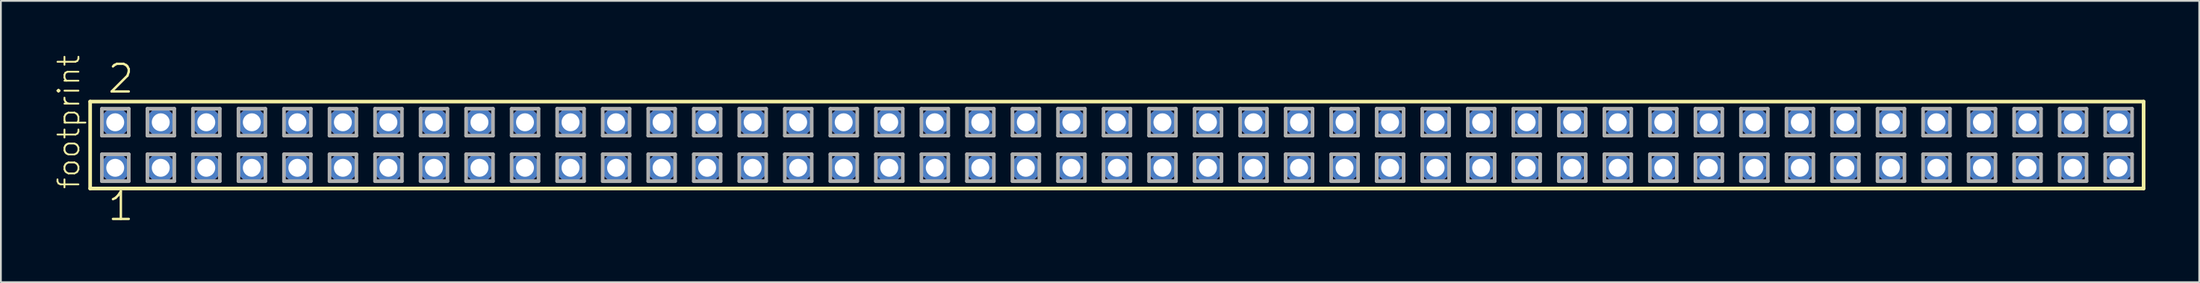
<source format=kicad_pcb>
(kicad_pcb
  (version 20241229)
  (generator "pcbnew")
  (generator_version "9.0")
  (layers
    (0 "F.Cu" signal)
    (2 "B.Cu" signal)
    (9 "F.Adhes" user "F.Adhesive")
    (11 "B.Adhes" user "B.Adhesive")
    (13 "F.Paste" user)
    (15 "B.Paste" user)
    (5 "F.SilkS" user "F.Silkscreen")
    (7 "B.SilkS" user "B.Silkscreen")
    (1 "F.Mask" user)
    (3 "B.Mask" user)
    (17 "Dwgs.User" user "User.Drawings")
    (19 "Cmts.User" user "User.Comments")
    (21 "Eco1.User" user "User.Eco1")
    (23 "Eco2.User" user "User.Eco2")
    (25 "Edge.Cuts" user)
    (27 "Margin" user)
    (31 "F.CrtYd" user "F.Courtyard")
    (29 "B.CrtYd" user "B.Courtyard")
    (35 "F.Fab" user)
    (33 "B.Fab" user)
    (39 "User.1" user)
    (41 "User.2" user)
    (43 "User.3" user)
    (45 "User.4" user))
  (footprint "footprint"
    (layer "F.Cu")
    (at 59.258 5.042)
    (property "Reference" "footprint" (at -57.785 2.54 90) (layer "F.SilkS") (effects (font (size 1.168 1.168) (thickness 0.102)) (justify left bottom)))
    (fp_line (start -57.279 -2.425) (end 57.279 -2.425) (stroke (width 0.203) (type solid)) (layer "F.SilkS"))
    (fp_line (start -57.279 2.425) (end -57.279 -2.425) (stroke (width 0.203) (type solid)) (layer "F.SilkS"))
    (fp_line (start 57.279 -2.425) (end 57.279 2.425) (stroke (width 0.203) (type solid)) (layer "F.SilkS"))
    (fp_line (start 57.279 2.425) (end -57.279 2.425) (stroke (width 0.203) (type solid)) (layer "F.SilkS"))
    (fp_line (start -56.625 -2.025) (end -55.125 -2.025) (stroke (width 0.203) (type solid)) (layer "F.Fab"))
    (fp_line (start -56.625 -0.525) (end -56.625 -2.025) (stroke (width 0.203) (type solid)) (layer "F.Fab"))
    (fp_line (start -56.625 0.515) (end -55.125 0.515) (stroke (width 0.203) (type solid)) (layer "F.Fab"))
    (fp_line (start -56.625 2.015) (end -56.625 0.515) (stroke (width 0.203) (type solid)) (layer "F.Fab"))
    (fp_line (start -55.125 -2.025) (end -55.125 -0.525) (stroke (width 0.203) (type solid)) (layer "F.Fab"))
    (fp_line (start -55.125 -0.525) (end -56.625 -0.525) (stroke (width 0.203) (type solid)) (layer "F.Fab"))
    (fp_line (start -55.125 0.515) (end -55.125 2.015) (stroke (width 0.203) (type solid)) (layer "F.Fab"))
    (fp_line (start -55.125 2.015) (end -56.625 2.015) (stroke (width 0.203) (type solid)) (layer "F.Fab"))
    (fp_line (start -54.085 -2.025) (end -52.585 -2.025) (stroke (width 0.203) (type solid)) (layer "F.Fab"))
    (fp_line (start -54.085 -0.525) (end -54.085 -2.025) (stroke (width 0.203) (type solid)) (layer "F.Fab"))
    (fp_line (start -54.085 0.515) (end -52.585 0.515) (stroke (width 0.203) (type solid)) (layer "F.Fab"))
    (fp_line (start -54.085 2.015) (end -54.085 0.515) (stroke (width 0.203) (type solid)) (layer "F.Fab"))
    (fp_line (start -52.585 -2.025) (end -52.585 -0.525) (stroke (width 0.203) (type solid)) (layer "F.Fab"))
    (fp_line (start -52.585 -0.525) (end -54.085 -0.525) (stroke (width 0.203) (type solid)) (layer "F.Fab"))
    (fp_line (start -52.585 0.515) (end -52.585 2.015) (stroke (width 0.203) (type solid)) (layer "F.Fab"))
    (fp_line (start -52.585 2.015) (end -54.085 2.015) (stroke (width 0.203) (type solid)) (layer "F.Fab"))
    (fp_line (start -51.545 -2.025) (end -50.045 -2.025) (stroke (width 0.203) (type solid)) (layer "F.Fab"))
    (fp_line (start -51.545 -0.525) (end -51.545 -2.025) (stroke (width 0.203) (type solid)) (layer "F.Fab"))
    (fp_line (start -51.545 0.515) (end -50.045 0.515) (stroke (width 0.203) (type solid)) (layer "F.Fab"))
    (fp_line (start -51.545 2.015) (end -51.545 0.515) (stroke (width 0.203) (type solid)) (layer "F.Fab"))
    (fp_line (start -50.045 -2.025) (end -50.045 -0.525) (stroke (width 0.203) (type solid)) (layer "F.Fab"))
    (fp_line (start -50.045 -0.525) (end -51.545 -0.525) (stroke (width 0.203) (type solid)) (layer "F.Fab"))
    (fp_line (start -50.045 0.515) (end -50.045 2.015) (stroke (width 0.203) (type solid)) (layer "F.Fab"))
    (fp_line (start -50.045 2.015) (end -51.545 2.015) (stroke (width 0.203) (type solid)) (layer "F.Fab"))
    (fp_line (start -49.005 -2.025) (end -47.505 -2.025) (stroke (width 0.203) (type solid)) (layer "F.Fab"))
    (fp_line (start -49.005 -0.525) (end -49.005 -2.025) (stroke (width 0.203) (type solid)) (layer "F.Fab"))
    (fp_line (start -49.005 0.515) (end -47.505 0.515) (stroke (width 0.203) (type solid)) (layer "F.Fab"))
    (fp_line (start -49.005 2.015) (end -49.005 0.515) (stroke (width 0.203) (type solid)) (layer "F.Fab"))
    (fp_line (start -47.505 -2.025) (end -47.505 -0.525) (stroke (width 0.203) (type solid)) (layer "F.Fab"))
    (fp_line (start -47.505 -0.525) (end -49.005 -0.525) (stroke (width 0.203) (type solid)) (layer "F.Fab"))
    (fp_line (start -47.505 0.515) (end -47.505 2.015) (stroke (width 0.203) (type solid)) (layer "F.Fab"))
    (fp_line (start -47.505 2.015) (end -49.005 2.015) (stroke (width 0.203) (type solid)) (layer "F.Fab"))
    (fp_line (start -46.465 -2.025) (end -44.965 -2.025) (stroke (width 0.203) (type solid)) (layer "F.Fab"))
    (fp_line (start -46.465 -0.525) (end -46.465 -2.025) (stroke (width 0.203) (type solid)) (layer "F.Fab"))
    (fp_line (start -46.465 0.515) (end -44.965 0.515) (stroke (width 0.203) (type solid)) (layer "F.Fab"))
    (fp_line (start -46.465 2.015) (end -46.465 0.515) (stroke (width 0.203) (type solid)) (layer "F.Fab"))
    (fp_line (start -44.965 -2.025) (end -44.965 -0.525) (stroke (width 0.203) (type solid)) (layer "F.Fab"))
    (fp_line (start -44.965 -0.525) (end -46.465 -0.525) (stroke (width 0.203) (type solid)) (layer "F.Fab"))
    (fp_line (start -44.965 0.515) (end -44.965 2.015) (stroke (width 0.203) (type solid)) (layer "F.Fab"))
    (fp_line (start -44.965 2.015) (end -46.465 2.015) (stroke (width 0.203) (type solid)) (layer "F.Fab"))
    (fp_line (start -43.925 -2.025) (end -42.425 -2.025) (stroke (width 0.203) (type solid)) (layer "F.Fab"))
    (fp_line (start -43.925 -0.525) (end -43.925 -2.025) (stroke (width 0.203) (type solid)) (layer "F.Fab"))
    (fp_line (start -43.925 0.515) (end -42.425 0.515) (stroke (width 0.203) (type solid)) (layer "F.Fab"))
    (fp_line (start -43.925 2.015) (end -43.925 0.515) (stroke (width 0.203) (type solid)) (layer "F.Fab"))
    (fp_line (start -42.425 -2.025) (end -42.425 -0.525) (stroke (width 0.203) (type solid)) (layer "F.Fab"))
    (fp_line (start -42.425 -0.525) (end -43.925 -0.525) (stroke (width 0.203) (type solid)) (layer "F.Fab"))
    (fp_line (start -42.425 0.515) (end -42.425 2.015) (stroke (width 0.203) (type solid)) (layer "F.Fab"))
    (fp_line (start -42.425 2.015) (end -43.925 2.015) (stroke (width 0.203) (type solid)) (layer "F.Fab"))
    (fp_line (start -41.385 -2.025) (end -39.885 -2.025) (stroke (width 0.203) (type solid)) (layer "F.Fab"))
    (fp_line (start -41.385 -0.525) (end -41.385 -2.025) (stroke (width 0.203) (type solid)) (layer "F.Fab"))
    (fp_line (start -41.385 0.515) (end -39.885 0.515) (stroke (width 0.203) (type solid)) (layer "F.Fab"))
    (fp_line (start -41.385 2.015) (end -41.385 0.515) (stroke (width 0.203) (type solid)) (layer "F.Fab"))
    (fp_line (start -39.885 -2.025) (end -39.885 -0.525) (stroke (width 0.203) (type solid)) (layer "F.Fab"))
    (fp_line (start -39.885 -0.525) (end -41.385 -0.525) (stroke (width 0.203) (type solid)) (layer "F.Fab"))
    (fp_line (start -39.885 0.515) (end -39.885 2.015) (stroke (width 0.203) (type solid)) (layer "F.Fab"))
    (fp_line (start -39.885 2.015) (end -41.385 2.015) (stroke (width 0.203) (type solid)) (layer "F.Fab"))
    (fp_line (start -38.845 -2.025) (end -37.345 -2.025) (stroke (width 0.203) (type solid)) (layer "F.Fab"))
    (fp_line (start -38.845 -0.525) (end -38.845 -2.025) (stroke (width 0.203) (type solid)) (layer "F.Fab"))
    (fp_line (start -38.845 0.515) (end -37.345 0.515) (stroke (width 0.203) (type solid)) (layer "F.Fab"))
    (fp_line (start -38.845 2.015) (end -38.845 0.515) (stroke (width 0.203) (type solid)) (layer "F.Fab"))
    (fp_line (start -37.345 -2.025) (end -37.345 -0.525) (stroke (width 0.203) (type solid)) (layer "F.Fab"))
    (fp_line (start -37.345 -0.525) (end -38.845 -0.525) (stroke (width 0.203) (type solid)) (layer "F.Fab"))
    (fp_line (start -37.345 0.515) (end -37.345 2.015) (stroke (width 0.203) (type solid)) (layer "F.Fab"))
    (fp_line (start -37.345 2.015) (end -38.845 2.015) (stroke (width 0.203) (type solid)) (layer "F.Fab"))
    (fp_line (start -36.305 -2.025) (end -34.805 -2.025) (stroke (width 0.203) (type solid)) (layer "F.Fab"))
    (fp_line (start -36.305 -0.525) (end -36.305 -2.025) (stroke (width 0.203) (type solid)) (layer "F.Fab"))
    (fp_line (start -36.305 0.515) (end -34.805 0.515) (stroke (width 0.203) (type solid)) (layer "F.Fab"))
    (fp_line (start -36.305 2.015) (end -36.305 0.515) (stroke (width 0.203) (type solid)) (layer "F.Fab"))
    (fp_line (start -34.805 -2.025) (end -34.805 -0.525) (stroke (width 0.203) (type solid)) (layer "F.Fab"))
    (fp_line (start -34.805 -0.525) (end -36.305 -0.525) (stroke (width 0.203) (type solid)) (layer "F.Fab"))
    (fp_line (start -34.805 0.515) (end -34.805 2.015) (stroke (width 0.203) (type solid)) (layer "F.Fab"))
    (fp_line (start -34.805 2.015) (end -36.305 2.015) (stroke (width 0.203) (type solid)) (layer "F.Fab"))
    (fp_line (start -33.765 -2.025) (end -32.265 -2.025) (stroke (width 0.203) (type solid)) (layer "F.Fab"))
    (fp_line (start -33.765 -0.525) (end -33.765 -2.025) (stroke (width 0.203) (type solid)) (layer "F.Fab"))
    (fp_line (start -33.765 0.515) (end -32.265 0.515) (stroke (width 0.203) (type solid)) (layer "F.Fab"))
    (fp_line (start -33.765 2.015) (end -33.765 0.515) (stroke (width 0.203) (type solid)) (layer "F.Fab"))
    (fp_line (start -32.265 -2.025) (end -32.265 -0.525) (stroke (width 0.203) (type solid)) (layer "F.Fab"))
    (fp_line (start -32.265 -0.525) (end -33.765 -0.525) (stroke (width 0.203) (type solid)) (layer "F.Fab"))
    (fp_line (start -32.265 0.515) (end -32.265 2.015) (stroke (width 0.203) (type solid)) (layer "F.Fab"))
    (fp_line (start -32.265 2.015) (end -33.765 2.015) (stroke (width 0.203) (type solid)) (layer "F.Fab"))
    (fp_line (start -31.225 -2.025) (end -29.725 -2.025) (stroke (width 0.203) (type solid)) (layer "F.Fab"))
    (fp_line (start -31.225 -0.525) (end -31.225 -2.025) (stroke (width 0.203) (type solid)) (layer "F.Fab"))
    (fp_line (start -31.225 0.515) (end -29.725 0.515) (stroke (width 0.203) (type solid)) (layer "F.Fab"))
    (fp_line (start -31.225 2.015) (end -31.225 0.515) (stroke (width 0.203) (type solid)) (layer "F.Fab"))
    (fp_line (start -29.725 -2.025) (end -29.725 -0.525) (stroke (width 0.203) (type solid)) (layer "F.Fab"))
    (fp_line (start -29.725 -0.525) (end -31.225 -0.525) (stroke (width 0.203) (type solid)) (layer "F.Fab"))
    (fp_line (start -29.725 0.515) (end -29.725 2.015) (stroke (width 0.203) (type solid)) (layer "F.Fab"))
    (fp_line (start -29.725 2.015) (end -31.225 2.015) (stroke (width 0.203) (type solid)) (layer "F.Fab"))
    (fp_line (start -28.685 -2.025) (end -27.185 -2.025) (stroke (width 0.203) (type solid)) (layer "F.Fab"))
    (fp_line (start -28.685 -0.525) (end -28.685 -2.025) (stroke (width 0.203) (type solid)) (layer "F.Fab"))
    (fp_line (start -28.685 0.515) (end -27.185 0.515) (stroke (width 0.203) (type solid)) (layer "F.Fab"))
    (fp_line (start -28.685 2.015) (end -28.685 0.515) (stroke (width 0.203) (type solid)) (layer "F.Fab"))
    (fp_line (start -27.185 -2.025) (end -27.185 -0.525) (stroke (width 0.203) (type solid)) (layer "F.Fab"))
    (fp_line (start -27.185 -0.525) (end -28.685 -0.525) (stroke (width 0.203) (type solid)) (layer "F.Fab"))
    (fp_line (start -27.185 0.515) (end -27.185 2.015) (stroke (width 0.203) (type solid)) (layer "F.Fab"))
    (fp_line (start -27.185 2.015) (end -28.685 2.015) (stroke (width 0.203) (type solid)) (layer "F.Fab"))
    (fp_line (start -26.145 -2.025) (end -24.645 -2.025) (stroke (width 0.203) (type solid)) (layer "F.Fab"))
    (fp_line (start -26.145 -0.525) (end -26.145 -2.025) (stroke (width 0.203) (type solid)) (layer "F.Fab"))
    (fp_line (start -26.145 0.515) (end -24.645 0.515) (stroke (width 0.203) (type solid)) (layer "F.Fab"))
    (fp_line (start -26.145 2.015) (end -26.145 0.515) (stroke (width 0.203) (type solid)) (layer "F.Fab"))
    (fp_line (start -24.645 -2.025) (end -24.645 -0.525) (stroke (width 0.203) (type solid)) (layer "F.Fab"))
    (fp_line (start -24.645 -0.525) (end -26.145 -0.525) (stroke (width 0.203) (type solid)) (layer "F.Fab"))
    (fp_line (start -24.645 0.515) (end -24.645 2.015) (stroke (width 0.203) (type solid)) (layer "F.Fab"))
    (fp_line (start -24.645 2.015) (end -26.145 2.015) (stroke (width 0.203) (type solid)) (layer "F.Fab"))
    (fp_line (start -23.605 -2.025) (end -22.105 -2.025) (stroke (width 0.203) (type solid)) (layer "F.Fab"))
    (fp_line (start -23.605 -0.525) (end -23.605 -2.025) (stroke (width 0.203) (type solid)) (layer "F.Fab"))
    (fp_line (start -23.605 0.515) (end -22.105 0.515) (stroke (width 0.203) (type solid)) (layer "F.Fab"))
    (fp_line (start -23.605 2.015) (end -23.605 0.515) (stroke (width 0.203) (type solid)) (layer "F.Fab"))
    (fp_line (start -22.105 -2.025) (end -22.105 -0.525) (stroke (width 0.203) (type solid)) (layer "F.Fab"))
    (fp_line (start -22.105 -0.525) (end -23.605 -0.525) (stroke (width 0.203) (type solid)) (layer "F.Fab"))
    (fp_line (start -22.105 0.515) (end -22.105 2.015) (stroke (width 0.203) (type solid)) (layer "F.Fab"))
    (fp_line (start -22.105 2.015) (end -23.605 2.015) (stroke (width 0.203) (type solid)) (layer "F.Fab"))
    (fp_line (start -21.065 -2.025) (end -19.565 -2.025) (stroke (width 0.203) (type solid)) (layer "F.Fab"))
    (fp_line (start -21.065 -0.525) (end -21.065 -2.025) (stroke (width 0.203) (type solid)) (layer "F.Fab"))
    (fp_line (start -21.065 0.515) (end -19.565 0.515) (stroke (width 0.203) (type solid)) (layer "F.Fab"))
    (fp_line (start -21.065 2.015) (end -21.065 0.515) (stroke (width 0.203) (type solid)) (layer "F.Fab"))
    (fp_line (start -19.565 -2.025) (end -19.565 -0.525) (stroke (width 0.203) (type solid)) (layer "F.Fab"))
    (fp_line (start -19.565 -0.525) (end -21.065 -0.525) (stroke (width 0.203) (type solid)) (layer "F.Fab"))
    (fp_line (start -19.565 0.515) (end -19.565 2.015) (stroke (width 0.203) (type solid)) (layer "F.Fab"))
    (fp_line (start -19.565 2.015) (end -21.065 2.015) (stroke (width 0.203) (type solid)) (layer "F.Fab"))
    (fp_line (start -18.525 -2.025) (end -17.025 -2.025) (stroke (width 0.203) (type solid)) (layer "F.Fab"))
    (fp_line (start -18.525 -0.525) (end -18.525 -2.025) (stroke (width 0.203) (type solid)) (layer "F.Fab"))
    (fp_line (start -18.525 0.515) (end -17.025 0.515) (stroke (width 0.203) (type solid)) (layer "F.Fab"))
    (fp_line (start -18.525 2.015) (end -18.525 0.515) (stroke (width 0.203) (type solid)) (layer "F.Fab"))
    (fp_line (start -17.025 -2.025) (end -17.025 -0.525) (stroke (width 0.203) (type solid)) (layer "F.Fab"))
    (fp_line (start -17.025 -0.525) (end -18.525 -0.525) (stroke (width 0.203) (type solid)) (layer "F.Fab"))
    (fp_line (start -17.025 0.515) (end -17.025 2.015) (stroke (width 0.203) (type solid)) (layer "F.Fab"))
    (fp_line (start -17.025 2.015) (end -18.525 2.015) (stroke (width 0.203) (type solid)) (layer "F.Fab"))
    (fp_line (start -15.985 -2.025) (end -14.485 -2.025) (stroke (width 0.203) (type solid)) (layer "F.Fab"))
    (fp_line (start -15.985 -0.525) (end -15.985 -2.025) (stroke (width 0.203) (type solid)) (layer "F.Fab"))
    (fp_line (start -15.985 0.515) (end -14.485 0.515) (stroke (width 0.203) (type solid)) (layer "F.Fab"))
    (fp_line (start -15.985 2.015) (end -15.985 0.515) (stroke (width 0.203) (type solid)) (layer "F.Fab"))
    (fp_line (start -14.485 -2.025) (end -14.485 -0.525) (stroke (width 0.203) (type solid)) (layer "F.Fab"))
    (fp_line (start -14.485 -0.525) (end -15.985 -0.525) (stroke (width 0.203) (type solid)) (layer "F.Fab"))
    (fp_line (start -14.485 0.515) (end -14.485 2.015) (stroke (width 0.203) (type solid)) (layer "F.Fab"))
    (fp_line (start -14.485 2.015) (end -15.985 2.015) (stroke (width 0.203) (type solid)) (layer "F.Fab"))
    (fp_line (start -13.445 -2.025) (end -11.945 -2.025) (stroke (width 0.203) (type solid)) (layer "F.Fab"))
    (fp_line (start -13.445 -0.525) (end -13.445 -2.025) (stroke (width 0.203) (type solid)) (layer "F.Fab"))
    (fp_line (start -13.445 0.515) (end -11.945 0.515) (stroke (width 0.203) (type solid)) (layer "F.Fab"))
    (fp_line (start -13.445 2.015) (end -13.445 0.515) (stroke (width 0.203) (type solid)) (layer "F.Fab"))
    (fp_line (start -11.945 -2.025) (end -11.945 -0.525) (stroke (width 0.203) (type solid)) (layer "F.Fab"))
    (fp_line (start -11.945 -0.525) (end -13.445 -0.525) (stroke (width 0.203) (type solid)) (layer "F.Fab"))
    (fp_line (start -11.945 0.515) (end -11.945 2.015) (stroke (width 0.203) (type solid)) (layer "F.Fab"))
    (fp_line (start -11.945 2.015) (end -13.445 2.015) (stroke (width 0.203) (type solid)) (layer "F.Fab"))
    (fp_line (start -10.905 -2.025) (end -9.405 -2.025) (stroke (width 0.203) (type solid)) (layer "F.Fab"))
    (fp_line (start -10.905 -0.525) (end -10.905 -2.025) (stroke (width 0.203) (type solid)) (layer "F.Fab"))
    (fp_line (start -10.905 0.515) (end -9.405 0.515) (stroke (width 0.203) (type solid)) (layer "F.Fab"))
    (fp_line (start -10.905 2.015) (end -10.905 0.515) (stroke (width 0.203) (type solid)) (layer "F.Fab"))
    (fp_line (start -9.405 -2.025) (end -9.405 -0.525) (stroke (width 0.203) (type solid)) (layer "F.Fab"))
    (fp_line (start -9.405 -0.525) (end -10.905 -0.525) (stroke (width 0.203) (type solid)) (layer "F.Fab"))
    (fp_line (start -9.405 0.515) (end -9.405 2.015) (stroke (width 0.203) (type solid)) (layer "F.Fab"))
    (fp_line (start -9.405 2.015) (end -10.905 2.015) (stroke (width 0.203) (type solid)) (layer "F.Fab"))
    (fp_line (start -8.365 -2.025) (end -6.865 -2.025) (stroke (width 0.203) (type solid)) (layer "F.Fab"))
    (fp_line (start -8.365 -0.525) (end -8.365 -2.025) (stroke (width 0.203) (type solid)) (layer "F.Fab"))
    (fp_line (start -8.365 0.515) (end -6.865 0.515) (stroke (width 0.203) (type solid)) (layer "F.Fab"))
    (fp_line (start -8.365 2.015) (end -8.365 0.515) (stroke (width 0.203) (type solid)) (layer "F.Fab"))
    (fp_line (start -6.865 -2.025) (end -6.865 -0.525) (stroke (width 0.203) (type solid)) (layer "F.Fab"))
    (fp_line (start -6.865 -0.525) (end -8.365 -0.525) (stroke (width 0.203) (type solid)) (layer "F.Fab"))
    (fp_line (start -6.865 0.515) (end -6.865 2.015) (stroke (width 0.203) (type solid)) (layer "F.Fab"))
    (fp_line (start -6.865 2.015) (end -8.365 2.015) (stroke (width 0.203) (type solid)) (layer "F.Fab"))
    (fp_line (start -5.825 -2.025) (end -4.325 -2.025) (stroke (width 0.203) (type solid)) (layer "F.Fab"))
    (fp_line (start -5.825 -0.525) (end -5.825 -2.025) (stroke (width 0.203) (type solid)) (layer "F.Fab"))
    (fp_line (start -5.825 0.515) (end -4.325 0.515) (stroke (width 0.203) (type solid)) (layer "F.Fab"))
    (fp_line (start -5.825 2.015) (end -5.825 0.515) (stroke (width 0.203) (type solid)) (layer "F.Fab"))
    (fp_line (start -4.325 -2.025) (end -4.325 -0.525) (stroke (width 0.203) (type solid)) (layer "F.Fab"))
    (fp_line (start -4.325 -0.525) (end -5.825 -0.525) (stroke (width 0.203) (type solid)) (layer "F.Fab"))
    (fp_line (start -4.325 0.515) (end -4.325 2.015) (stroke (width 0.203) (type solid)) (layer "F.Fab"))
    (fp_line (start -4.325 2.015) (end -5.825 2.015) (stroke (width 0.203) (type solid)) (layer "F.Fab"))
    (fp_line (start -3.285 -2.025) (end -1.785 -2.025) (stroke (width 0.203) (type solid)) (layer "F.Fab"))
    (fp_line (start -3.285 -0.525) (end -3.285 -2.025) (stroke (width 0.203) (type solid)) (layer "F.Fab"))
    (fp_line (start -3.285 0.515) (end -1.785 0.515) (stroke (width 0.203) (type solid)) (layer "F.Fab"))
    (fp_line (start -3.285 2.015) (end -3.285 0.515) (stroke (width 0.203) (type solid)) (layer "F.Fab"))
    (fp_line (start -1.785 -2.025) (end -1.785 -0.525) (stroke (width 0.203) (type solid)) (layer "F.Fab"))
    (fp_line (start -1.785 -0.525) (end -3.285 -0.525) (stroke (width 0.203) (type solid)) (layer "F.Fab"))
    (fp_line (start -1.785 0.515) (end -1.785 2.015) (stroke (width 0.203) (type solid)) (layer "F.Fab"))
    (fp_line (start -1.785 2.015) (end -3.285 2.015) (stroke (width 0.203) (type solid)) (layer "F.Fab"))
    (fp_line (start -0.745 -2.025) (end 0.755 -2.025) (stroke (width 0.203) (type solid)) (layer "F.Fab"))
    (fp_line (start -0.745 -0.525) (end -0.745 -2.025) (stroke (width 0.203) (type solid)) (layer "F.Fab"))
    (fp_line (start -0.745 0.515) (end 0.755 0.515) (stroke (width 0.203) (type solid)) (layer "F.Fab"))
    (fp_line (start -0.745 2.015) (end -0.745 0.515) (stroke (width 0.203) (type solid)) (layer "F.Fab"))
    (fp_line (start 0.755 -2.025) (end 0.755 -0.525) (stroke (width 0.203) (type solid)) (layer "F.Fab"))
    (fp_line (start 0.755 -0.525) (end -0.745 -0.525) (stroke (width 0.203) (type solid)) (layer "F.Fab"))
    (fp_line (start 0.755 0.515) (end 0.755 2.015) (stroke (width 0.203) (type solid)) (layer "F.Fab"))
    (fp_line (start 0.755 2.015) (end -0.745 2.015) (stroke (width 0.203) (type solid)) (layer "F.Fab"))
    (fp_line (start 1.795 -2.025) (end 3.295 -2.025) (stroke (width 0.203) (type solid)) (layer "F.Fab"))
    (fp_line (start 1.795 -0.525) (end 1.795 -2.025) (stroke (width 0.203) (type solid)) (layer "F.Fab"))
    (fp_line (start 1.795 0.515) (end 3.295 0.515) (stroke (width 0.203) (type solid)) (layer "F.Fab"))
    (fp_line (start 1.795 2.015) (end 1.795 0.515) (stroke (width 0.203) (type solid)) (layer "F.Fab"))
    (fp_line (start 3.295 -2.025) (end 3.295 -0.525) (stroke (width 0.203) (type solid)) (layer "F.Fab"))
    (fp_line (start 3.295 -0.525) (end 1.795 -0.525) (stroke (width 0.203) (type solid)) (layer "F.Fab"))
    (fp_line (start 3.295 0.515) (end 3.295 2.015) (stroke (width 0.203) (type solid)) (layer "F.Fab"))
    (fp_line (start 3.295 2.015) (end 1.795 2.015) (stroke (width 0.203) (type solid)) (layer "F.Fab"))
    (fp_line (start 4.335 -2.025) (end 5.835 -2.025) (stroke (width 0.203) (type solid)) (layer "F.Fab"))
    (fp_line (start 4.335 -0.525) (end 4.335 -2.025) (stroke (width 0.203) (type solid)) (layer "F.Fab"))
    (fp_line (start 4.335 0.515) (end 5.835 0.515) (stroke (width 0.203) (type solid)) (layer "F.Fab"))
    (fp_line (start 4.335 2.015) (end 4.335 0.515) (stroke (width 0.203) (type solid)) (layer "F.Fab"))
    (fp_line (start 5.835 -2.025) (end 5.835 -0.525) (stroke (width 0.203) (type solid)) (layer "F.Fab"))
    (fp_line (start 5.835 -0.525) (end 4.335 -0.525) (stroke (width 0.203) (type solid)) (layer "F.Fab"))
    (fp_line (start 5.835 0.515) (end 5.835 2.015) (stroke (width 0.203) (type solid)) (layer "F.Fab"))
    (fp_line (start 5.835 2.015) (end 4.335 2.015) (stroke (width 0.203) (type solid)) (layer "F.Fab"))
    (fp_line (start 6.875 -2.025) (end 8.375 -2.025) (stroke (width 0.203) (type solid)) (layer "F.Fab"))
    (fp_line (start 6.875 -0.525) (end 6.875 -2.025) (stroke (width 0.203) (type solid)) (layer "F.Fab"))
    (fp_line (start 6.875 0.515) (end 8.375 0.515) (stroke (width 0.203) (type solid)) (layer "F.Fab"))
    (fp_line (start 6.875 2.015) (end 6.875 0.515) (stroke (width 0.203) (type solid)) (layer "F.Fab"))
    (fp_line (start 8.375 -2.025) (end 8.375 -0.525) (stroke (width 0.203) (type solid)) (layer "F.Fab"))
    (fp_line (start 8.375 -0.525) (end 6.875 -0.525) (stroke (width 0.203) (type solid)) (layer "F.Fab"))
    (fp_line (start 8.375 0.515) (end 8.375 2.015) (stroke (width 0.203) (type solid)) (layer "F.Fab"))
    (fp_line (start 8.375 2.015) (end 6.875 2.015) (stroke (width 0.203) (type solid)) (layer "F.Fab"))
    (fp_line (start 9.415 -2.025) (end 10.915 -2.025) (stroke (width 0.203) (type solid)) (layer "F.Fab"))
    (fp_line (start 9.415 -0.525) (end 9.415 -2.025) (stroke (width 0.203) (type solid)) (layer "F.Fab"))
    (fp_line (start 9.415 0.515) (end 10.915 0.515) (stroke (width 0.203) (type solid)) (layer "F.Fab"))
    (fp_line (start 9.415 2.015) (end 9.415 0.515) (stroke (width 0.203) (type solid)) (layer "F.Fab"))
    (fp_line (start 10.915 -2.025) (end 10.915 -0.525) (stroke (width 0.203) (type solid)) (layer "F.Fab"))
    (fp_line (start 10.915 -0.525) (end 9.415 -0.525) (stroke (width 0.203) (type solid)) (layer "F.Fab"))
    (fp_line (start 10.915 0.515) (end 10.915 2.015) (stroke (width 0.203) (type solid)) (layer "F.Fab"))
    (fp_line (start 10.915 2.015) (end 9.415 2.015) (stroke (width 0.203) (type solid)) (layer "F.Fab"))
    (fp_line (start 11.955 -2.025) (end 13.455 -2.025) (stroke (width 0.203) (type solid)) (layer "F.Fab"))
    (fp_line (start 11.955 -0.525) (end 11.955 -2.025) (stroke (width 0.203) (type solid)) (layer "F.Fab"))
    (fp_line (start 11.955 0.515) (end 13.455 0.515) (stroke (width 0.203) (type solid)) (layer "F.Fab"))
    (fp_line (start 11.955 2.015) (end 11.955 0.515) (stroke (width 0.203) (type solid)) (layer "F.Fab"))
    (fp_line (start 13.455 -2.025) (end 13.455 -0.525) (stroke (width 0.203) (type solid)) (layer "F.Fab"))
    (fp_line (start 13.455 -0.525) (end 11.955 -0.525) (stroke (width 0.203) (type solid)) (layer "F.Fab"))
    (fp_line (start 13.455 0.515) (end 13.455 2.015) (stroke (width 0.203) (type solid)) (layer "F.Fab"))
    (fp_line (start 13.455 2.015) (end 11.955 2.015) (stroke (width 0.203) (type solid)) (layer "F.Fab"))
    (fp_line (start 14.495 -2.025) (end 15.995 -2.025) (stroke (width 0.203) (type solid)) (layer "F.Fab"))
    (fp_line (start 14.495 -0.525) (end 14.495 -2.025) (stroke (width 0.203) (type solid)) (layer "F.Fab"))
    (fp_line (start 14.495 0.515) (end 15.995 0.515) (stroke (width 0.203) (type solid)) (layer "F.Fab"))
    (fp_line (start 14.495 2.015) (end 14.495 0.515) (stroke (width 0.203) (type solid)) (layer "F.Fab"))
    (fp_line (start 15.995 -2.025) (end 15.995 -0.525) (stroke (width 0.203) (type solid)) (layer "F.Fab"))
    (fp_line (start 15.995 -0.525) (end 14.495 -0.525) (stroke (width 0.203) (type solid)) (layer "F.Fab"))
    (fp_line (start 15.995 0.515) (end 15.995 2.015) (stroke (width 0.203) (type solid)) (layer "F.Fab"))
    (fp_line (start 15.995 2.015) (end 14.495 2.015) (stroke (width 0.203) (type solid)) (layer "F.Fab"))
    (fp_line (start 17.035 -2.025) (end 18.535 -2.025) (stroke (width 0.203) (type solid)) (layer "F.Fab"))
    (fp_line (start 17.035 -0.525) (end 17.035 -2.025) (stroke (width 0.203) (type solid)) (layer "F.Fab"))
    (fp_line (start 17.035 0.515) (end 18.535 0.515) (stroke (width 0.203) (type solid)) (layer "F.Fab"))
    (fp_line (start 17.035 2.015) (end 17.035 0.515) (stroke (width 0.203) (type solid)) (layer "F.Fab"))
    (fp_line (start 18.535 -2.025) (end 18.535 -0.525) (stroke (width 0.203) (type solid)) (layer "F.Fab"))
    (fp_line (start 18.535 -0.525) (end 17.035 -0.525) (stroke (width 0.203) (type solid)) (layer "F.Fab"))
    (fp_line (start 18.535 0.515) (end 18.535 2.015) (stroke (width 0.203) (type solid)) (layer "F.Fab"))
    (fp_line (start 18.535 2.015) (end 17.035 2.015) (stroke (width 0.203) (type solid)) (layer "F.Fab"))
    (fp_line (start 19.575 -2.025) (end 21.075 -2.025) (stroke (width 0.203) (type solid)) (layer "F.Fab"))
    (fp_line (start 19.575 -0.525) (end 19.575 -2.025) (stroke (width 0.203) (type solid)) (layer "F.Fab"))
    (fp_line (start 19.575 0.515) (end 21.075 0.515) (stroke (width 0.203) (type solid)) (layer "F.Fab"))
    (fp_line (start 19.575 2.015) (end 19.575 0.515) (stroke (width 0.203) (type solid)) (layer "F.Fab"))
    (fp_line (start 21.075 -2.025) (end 21.075 -0.525) (stroke (width 0.203) (type solid)) (layer "F.Fab"))
    (fp_line (start 21.075 -0.525) (end 19.575 -0.525) (stroke (width 0.203) (type solid)) (layer "F.Fab"))
    (fp_line (start 21.075 0.515) (end 21.075 2.015) (stroke (width 0.203) (type solid)) (layer "F.Fab"))
    (fp_line (start 21.075 2.015) (end 19.575 2.015) (stroke (width 0.203) (type solid)) (layer "F.Fab"))
    (fp_line (start 22.115 -2.025) (end 23.615 -2.025) (stroke (width 0.203) (type solid)) (layer "F.Fab"))
    (fp_line (start 22.115 -0.525) (end 22.115 -2.025) (stroke (width 0.203) (type solid)) (layer "F.Fab"))
    (fp_line (start 22.115 0.515) (end 23.615 0.515) (stroke (width 0.203) (type solid)) (layer "F.Fab"))
    (fp_line (start 22.115 2.015) (end 22.115 0.515) (stroke (width 0.203) (type solid)) (layer "F.Fab"))
    (fp_line (start 23.615 -2.025) (end 23.615 -0.525) (stroke (width 0.203) (type solid)) (layer "F.Fab"))
    (fp_line (start 23.615 -0.525) (end 22.115 -0.525) (stroke (width 0.203) (type solid)) (layer "F.Fab"))
    (fp_line (start 23.615 0.515) (end 23.615 2.015) (stroke (width 0.203) (type solid)) (layer "F.Fab"))
    (fp_line (start 23.615 2.015) (end 22.115 2.015) (stroke (width 0.203) (type solid)) (layer "F.Fab"))
    (fp_line (start 24.655 -2.025) (end 26.155 -2.025) (stroke (width 0.203) (type solid)) (layer "F.Fab"))
    (fp_line (start 24.655 -0.525) (end 24.655 -2.025) (stroke (width 0.203) (type solid)) (layer "F.Fab"))
    (fp_line (start 24.655 0.515) (end 26.155 0.515) (stroke (width 0.203) (type solid)) (layer "F.Fab"))
    (fp_line (start 24.655 2.015) (end 24.655 0.515) (stroke (width 0.203) (type solid)) (layer "F.Fab"))
    (fp_line (start 26.155 -2.025) (end 26.155 -0.525) (stroke (width 0.203) (type solid)) (layer "F.Fab"))
    (fp_line (start 26.155 -0.525) (end 24.655 -0.525) (stroke (width 0.203) (type solid)) (layer "F.Fab"))
    (fp_line (start 26.155 0.515) (end 26.155 2.015) (stroke (width 0.203) (type solid)) (layer "F.Fab"))
    (fp_line (start 26.155 2.015) (end 24.655 2.015) (stroke (width 0.203) (type solid)) (layer "F.Fab"))
    (fp_line (start 27.195 -2.025) (end 28.695 -2.025) (stroke (width 0.203) (type solid)) (layer "F.Fab"))
    (fp_line (start 27.195 -0.525) (end 27.195 -2.025) (stroke (width 0.203) (type solid)) (layer "F.Fab"))
    (fp_line (start 27.195 0.515) (end 28.695 0.515) (stroke (width 0.203) (type solid)) (layer "F.Fab"))
    (fp_line (start 27.195 2.015) (end 27.195 0.515) (stroke (width 0.203) (type solid)) (layer "F.Fab"))
    (fp_line (start 28.695 -2.025) (end 28.695 -0.525) (stroke (width 0.203) (type solid)) (layer "F.Fab"))
    (fp_line (start 28.695 -0.525) (end 27.195 -0.525) (stroke (width 0.203) (type solid)) (layer "F.Fab"))
    (fp_line (start 28.695 0.515) (end 28.695 2.015) (stroke (width 0.203) (type solid)) (layer "F.Fab"))
    (fp_line (start 28.695 2.015) (end 27.195 2.015) (stroke (width 0.203) (type solid)) (layer "F.Fab"))
    (fp_line (start 29.735 -2.025) (end 31.235 -2.025) (stroke (width 0.203) (type solid)) (layer "F.Fab"))
    (fp_line (start 29.735 -0.525) (end 29.735 -2.025) (stroke (width 0.203) (type solid)) (layer "F.Fab"))
    (fp_line (start 29.735 0.515) (end 31.235 0.515) (stroke (width 0.203) (type solid)) (layer "F.Fab"))
    (fp_line (start 29.735 2.015) (end 29.735 0.515) (stroke (width 0.203) (type solid)) (layer "F.Fab"))
    (fp_line (start 31.235 -2.025) (end 31.235 -0.525) (stroke (width 0.203) (type solid)) (layer "F.Fab"))
    (fp_line (start 31.235 -0.525) (end 29.735 -0.525) (stroke (width 0.203) (type solid)) (layer "F.Fab"))
    (fp_line (start 31.235 0.515) (end 31.235 2.015) (stroke (width 0.203) (type solid)) (layer "F.Fab"))
    (fp_line (start 31.235 2.015) (end 29.735 2.015) (stroke (width 0.203) (type solid)) (layer "F.Fab"))
    (fp_line (start 32.275 -2.025) (end 33.775 -2.025) (stroke (width 0.203) (type solid)) (layer "F.Fab"))
    (fp_line (start 32.275 -0.525) (end 32.275 -2.025) (stroke (width 0.203) (type solid)) (layer "F.Fab"))
    (fp_line (start 32.275 0.515) (end 33.775 0.515) (stroke (width 0.203) (type solid)) (layer "F.Fab"))
    (fp_line (start 32.275 2.015) (end 32.275 0.515) (stroke (width 0.203) (type solid)) (layer "F.Fab"))
    (fp_line (start 33.775 -2.025) (end 33.775 -0.525) (stroke (width 0.203) (type solid)) (layer "F.Fab"))
    (fp_line (start 33.775 -0.525) (end 32.275 -0.525) (stroke (width 0.203) (type solid)) (layer "F.Fab"))
    (fp_line (start 33.775 0.515) (end 33.775 2.015) (stroke (width 0.203) (type solid)) (layer "F.Fab"))
    (fp_line (start 33.775 2.015) (end 32.275 2.015) (stroke (width 0.203) (type solid)) (layer "F.Fab"))
    (fp_line (start 34.815 -2.025) (end 36.315 -2.025) (stroke (width 0.203) (type solid)) (layer "F.Fab"))
    (fp_line (start 34.815 -0.525) (end 34.815 -2.025) (stroke (width 0.203) (type solid)) (layer "F.Fab"))
    (fp_line (start 34.815 0.515) (end 36.315 0.515) (stroke (width 0.203) (type solid)) (layer "F.Fab"))
    (fp_line (start 34.815 2.015) (end 34.815 0.515) (stroke (width 0.203) (type solid)) (layer "F.Fab"))
    (fp_line (start 36.315 -2.025) (end 36.315 -0.525) (stroke (width 0.203) (type solid)) (layer "F.Fab"))
    (fp_line (start 36.315 -0.525) (end 34.815 -0.525) (stroke (width 0.203) (type solid)) (layer "F.Fab"))
    (fp_line (start 36.315 0.515) (end 36.315 2.015) (stroke (width 0.203) (type solid)) (layer "F.Fab"))
    (fp_line (start 36.315 2.015) (end 34.815 2.015) (stroke (width 0.203) (type solid)) (layer "F.Fab"))
    (fp_line (start 37.355 -2.025) (end 38.855 -2.025) (stroke (width 0.203) (type solid)) (layer "F.Fab"))
    (fp_line (start 37.355 -0.525) (end 37.355 -2.025) (stroke (width 0.203) (type solid)) (layer "F.Fab"))
    (fp_line (start 37.355 0.515) (end 38.855 0.515) (stroke (width 0.203) (type solid)) (layer "F.Fab"))
    (fp_line (start 37.355 2.015) (end 37.355 0.515) (stroke (width 0.203) (type solid)) (layer "F.Fab"))
    (fp_line (start 38.855 -2.025) (end 38.855 -0.525) (stroke (width 0.203) (type solid)) (layer "F.Fab"))
    (fp_line (start 38.855 -0.525) (end 37.355 -0.525) (stroke (width 0.203) (type solid)) (layer "F.Fab"))
    (fp_line (start 38.855 0.515) (end 38.855 2.015) (stroke (width 0.203) (type solid)) (layer "F.Fab"))
    (fp_line (start 38.855 2.015) (end 37.355 2.015) (stroke (width 0.203) (type solid)) (layer "F.Fab"))
    (fp_line (start 39.895 -2.025) (end 41.395 -2.025) (stroke (width 0.203) (type solid)) (layer "F.Fab"))
    (fp_line (start 39.895 -0.525) (end 39.895 -2.025) (stroke (width 0.203) (type solid)) (layer "F.Fab"))
    (fp_line (start 39.895 0.515) (end 41.395 0.515) (stroke (width 0.203) (type solid)) (layer "F.Fab"))
    (fp_line (start 39.895 2.015) (end 39.895 0.515) (stroke (width 0.203) (type solid)) (layer "F.Fab"))
    (fp_line (start 41.395 -2.025) (end 41.395 -0.525) (stroke (width 0.203) (type solid)) (layer "F.Fab"))
    (fp_line (start 41.395 -0.525) (end 39.895 -0.525) (stroke (width 0.203) (type solid)) (layer "F.Fab"))
    (fp_line (start 41.395 0.515) (end 41.395 2.015) (stroke (width 0.203) (type solid)) (layer "F.Fab"))
    (fp_line (start 41.395 2.015) (end 39.895 2.015) (stroke (width 0.203) (type solid)) (layer "F.Fab"))
    (fp_line (start 42.435 -2.025) (end 43.935 -2.025) (stroke (width 0.203) (type solid)) (layer "F.Fab"))
    (fp_line (start 42.435 -0.525) (end 42.435 -2.025) (stroke (width 0.203) (type solid)) (layer "F.Fab"))
    (fp_line (start 42.435 0.515) (end 43.935 0.515) (stroke (width 0.203) (type solid)) (layer "F.Fab"))
    (fp_line (start 42.435 2.015) (end 42.435 0.515) (stroke (width 0.203) (type solid)) (layer "F.Fab"))
    (fp_line (start 43.935 -2.025) (end 43.935 -0.525) (stroke (width 0.203) (type solid)) (layer "F.Fab"))
    (fp_line (start 43.935 -0.525) (end 42.435 -0.525) (stroke (width 0.203) (type solid)) (layer "F.Fab"))
    (fp_line (start 43.935 0.515) (end 43.935 2.015) (stroke (width 0.203) (type solid)) (layer "F.Fab"))
    (fp_line (start 43.935 2.015) (end 42.435 2.015) (stroke (width 0.203) (type solid)) (layer "F.Fab"))
    (fp_line (start 44.975 -2.025) (end 46.475 -2.025) (stroke (width 0.203) (type solid)) (layer "F.Fab"))
    (fp_line (start 44.975 -0.525) (end 44.975 -2.025) (stroke (width 0.203) (type solid)) (layer "F.Fab"))
    (fp_line (start 44.975 0.515) (end 46.475 0.515) (stroke (width 0.203) (type solid)) (layer "F.Fab"))
    (fp_line (start 44.975 2.015) (end 44.975 0.515) (stroke (width 0.203) (type solid)) (layer "F.Fab"))
    (fp_line (start 46.475 -2.025) (end 46.475 -0.525) (stroke (width 0.203) (type solid)) (layer "F.Fab"))
    (fp_line (start 46.475 -0.525) (end 44.975 -0.525) (stroke (width 0.203) (type solid)) (layer "F.Fab"))
    (fp_line (start 46.475 0.515) (end 46.475 2.015) (stroke (width 0.203) (type solid)) (layer "F.Fab"))
    (fp_line (start 46.475 2.015) (end 44.975 2.015) (stroke (width 0.203) (type solid)) (layer "F.Fab"))
    (fp_line (start 47.515 -2.025) (end 49.015 -2.025) (stroke (width 0.203) (type solid)) (layer "F.Fab"))
    (fp_line (start 47.515 -0.525) (end 47.515 -2.025) (stroke (width 0.203) (type solid)) (layer "F.Fab"))
    (fp_line (start 47.515 0.515) (end 49.015 0.515) (stroke (width 0.203) (type solid)) (layer "F.Fab"))
    (fp_line (start 47.515 2.015) (end 47.515 0.515) (stroke (width 0.203) (type solid)) (layer "F.Fab"))
    (fp_line (start 49.015 -2.025) (end 49.015 -0.525) (stroke (width 0.203) (type solid)) (layer "F.Fab"))
    (fp_line (start 49.015 -0.525) (end 47.515 -0.525) (stroke (width 0.203) (type solid)) (layer "F.Fab"))
    (fp_line (start 49.015 0.515) (end 49.015 2.015) (stroke (width 0.203) (type solid)) (layer "F.Fab"))
    (fp_line (start 49.015 2.015) (end 47.515 2.015) (stroke (width 0.203) (type solid)) (layer "F.Fab"))
    (fp_line (start 50.055 -2.025) (end 51.555 -2.025) (stroke (width 0.203) (type solid)) (layer "F.Fab"))
    (fp_line (start 50.055 -0.525) (end 50.055 -2.025) (stroke (width 0.203) (type solid)) (layer "F.Fab"))
    (fp_line (start 50.055 0.515) (end 51.555 0.515) (stroke (width 0.203) (type solid)) (layer "F.Fab"))
    (fp_line (start 50.055 2.015) (end 50.055 0.515) (stroke (width 0.203) (type solid)) (layer "F.Fab"))
    (fp_line (start 51.555 -2.025) (end 51.555 -0.525) (stroke (width 0.203) (type solid)) (layer "F.Fab"))
    (fp_line (start 51.555 -0.525) (end 50.055 -0.525) (stroke (width 0.203) (type solid)) (layer "F.Fab"))
    (fp_line (start 51.555 0.515) (end 51.555 2.015) (stroke (width 0.203) (type solid)) (layer "F.Fab"))
    (fp_line (start 51.555 2.015) (end 50.055 2.015) (stroke (width 0.203) (type solid)) (layer "F.Fab"))
    (fp_line (start 52.595 -2.025) (end 54.095 -2.025) (stroke (width 0.203) (type solid)) (layer "F.Fab"))
    (fp_line (start 52.595 -0.525) (end 52.595 -2.025) (stroke (width 0.203) (type solid)) (layer "F.Fab"))
    (fp_line (start 52.595 0.515) (end 54.095 0.515) (stroke (width 0.203) (type solid)) (layer "F.Fab"))
    (fp_line (start 52.595 2.015) (end 52.595 0.515) (stroke (width 0.203) (type solid)) (layer "F.Fab"))
    (fp_line (start 54.095 -2.025) (end 54.095 -0.525) (stroke (width 0.203) (type solid)) (layer "F.Fab"))
    (fp_line (start 54.095 -0.525) (end 52.595 -0.525) (stroke (width 0.203) (type solid)) (layer "F.Fab"))
    (fp_line (start 54.095 0.515) (end 54.095 2.015) (stroke (width 0.203) (type solid)) (layer "F.Fab"))
    (fp_line (start 54.095 2.015) (end 52.595 2.015) (stroke (width 0.203) (type solid)) (layer "F.Fab"))
    (fp_line (start 55.135 -2.025) (end 56.635 -2.025) (stroke (width 0.203) (type solid)) (layer "F.Fab"))
    (fp_line (start 55.135 -0.525) (end 55.135 -2.025) (stroke (width 0.203) (type solid)) (layer "F.Fab"))
    (fp_line (start 55.135 0.515) (end 56.635 0.515) (stroke (width 0.203) (type solid)) (layer "F.Fab"))
    (fp_line (start 55.135 2.015) (end 55.135 0.515) (stroke (width 0.203) (type solid)) (layer "F.Fab"))
    (fp_line (start 56.635 -2.025) (end 56.635 -0.525) (stroke (width 0.203) (type solid)) (layer "F.Fab"))
    (fp_line (start 56.635 -0.525) (end 55.135 -0.525) (stroke (width 0.203) (type solid)) (layer "F.Fab"))
    (fp_line (start 56.635 0.515) (end 56.635 2.015) (stroke (width 0.203) (type solid)) (layer "F.Fab"))
    (fp_line (start 56.635 2.015) (end 55.135 2.015) (stroke (width 0.203) (type solid)) (layer "F.Fab"))
    (fp_text user "1" (at -56.388 4.318 0) (layer "F.SilkS") (effects (font (size 1.542 1.542) (thickness 0.134)) (justify left bottom)))
    (fp_text user "2" (at -56.388 -2.794 0) (layer "F.SilkS") (effects (font (size 1.542 1.542) (thickness 0.134)) (justify left bottom)))
    (pad "1" thru_hole roundrect (at -55.88 1.27) (size 1.5 1.5) (drill 1) (layers "*.Cu" "*.Mask") (roundrect_rratio 0.25) (chamfer_ratio 0.25) (chamfer top_left top_right bottom_left bottom_right))
    (pad "2" thru_hole roundrect (at -55.88 -1.27) (size 1.5 1.5) (drill 1) (layers "*.Cu" "*.Mask") (roundrect_rratio 0.25) (chamfer_ratio 0.25) (chamfer top_left top_right bottom_left bottom_right))
    (pad "3" thru_hole roundrect (at -53.34 1.27) (size 1.5 1.5) (drill 1) (layers "*.Cu" "*.Mask") (roundrect_rratio 0.25) (chamfer_ratio 0.25) (chamfer top_left top_right bottom_left bottom_right))
    (pad "4" thru_hole roundrect (at -53.34 -1.27) (size 1.5 1.5) (drill 1) (layers "*.Cu" "*.Mask") (roundrect_rratio 0.25) (chamfer_ratio 0.25) (chamfer top_left top_right bottom_left bottom_right))
    (pad "5" thru_hole roundrect (at -50.8 1.27) (size 1.5 1.5) (drill 1) (layers "*.Cu" "*.Mask") (roundrect_rratio 0.25) (chamfer_ratio 0.25) (chamfer top_left top_right bottom_left bottom_right))
    (pad "6" thru_hole roundrect (at -50.8 -1.27) (size 1.5 1.5) (drill 1) (layers "*.Cu" "*.Mask") (roundrect_rratio 0.25) (chamfer_ratio 0.25) (chamfer top_left top_right bottom_left bottom_right))
    (pad "7" thru_hole roundrect (at -48.26 1.27) (size 1.5 1.5) (drill 1) (layers "*.Cu" "*.Mask") (roundrect_rratio 0.25) (chamfer_ratio 0.25) (chamfer top_left top_right bottom_left bottom_right))
    (pad "8" thru_hole roundrect (at -48.26 -1.27) (size 1.5 1.5) (drill 1) (layers "*.Cu" "*.Mask") (roundrect_rratio 0.25) (chamfer_ratio 0.25) (chamfer top_left top_right bottom_left bottom_right))
    (pad "9" thru_hole roundrect (at -45.72 1.27) (size 1.5 1.5) (drill 1) (layers "*.Cu" "*.Mask") (roundrect_rratio 0.25) (chamfer_ratio 0.25) (chamfer top_left top_right bottom_left bottom_right))
    (pad "10" thru_hole roundrect (at -45.72 -1.27) (size 1.5 1.5) (drill 1) (layers "*.Cu" "*.Mask") (roundrect_rratio 0.25) (chamfer_ratio 0.25) (chamfer top_left top_right bottom_left bottom_right))
    (pad "11" thru_hole roundrect (at -43.18 1.27) (size 1.5 1.5) (drill 1) (layers "*.Cu" "*.Mask") (roundrect_rratio 0.25) (chamfer_ratio 0.25) (chamfer top_left top_right bottom_left bottom_right))
    (pad "12" thru_hole roundrect (at -43.18 -1.27) (size 1.5 1.5) (drill 1) (layers "*.Cu" "*.Mask") (roundrect_rratio 0.25) (chamfer_ratio 0.25) (chamfer top_left top_right bottom_left bottom_right))
    (pad "13" thru_hole roundrect (at -40.64 1.27) (size 1.5 1.5) (drill 1) (layers "*.Cu" "*.Mask") (roundrect_rratio 0.25) (chamfer_ratio 0.25) (chamfer top_left top_right bottom_left bottom_right))
    (pad "14" thru_hole roundrect (at -40.64 -1.27) (size 1.5 1.5) (drill 1) (layers "*.Cu" "*.Mask") (roundrect_rratio 0.25) (chamfer_ratio 0.25) (chamfer top_left top_right bottom_left bottom_right))
    (pad "15" thru_hole roundrect (at -38.1 1.27) (size 1.5 1.5) (drill 1) (layers "*.Cu" "*.Mask") (roundrect_rratio 0.25) (chamfer_ratio 0.25) (chamfer top_left top_right bottom_left bottom_right))
    (pad "16" thru_hole roundrect (at -38.1 -1.27) (size 1.5 1.5) (drill 1) (layers "*.Cu" "*.Mask") (roundrect_rratio 0.25) (chamfer_ratio 0.25) (chamfer top_left top_right bottom_left bottom_right))
    (pad "17" thru_hole roundrect (at -35.56 1.27) (size 1.5 1.5) (drill 1) (layers "*.Cu" "*.Mask") (roundrect_rratio 0.25) (chamfer_ratio 0.25) (chamfer top_left top_right bottom_left bottom_right))
    (pad "18" thru_hole roundrect (at -35.56 -1.27) (size 1.5 1.5) (drill 1) (layers "*.Cu" "*.Mask") (roundrect_rratio 0.25) (chamfer_ratio 0.25) (chamfer top_left top_right bottom_left bottom_right))
    (pad "19" thru_hole roundrect (at -33.02 1.27) (size 1.5 1.5) (drill 1) (layers "*.Cu" "*.Mask") (roundrect_rratio 0.25) (chamfer_ratio 0.25) (chamfer top_left top_right bottom_left bottom_right))
    (pad "20" thru_hole roundrect (at -33.02 -1.27) (size 1.5 1.5) (drill 1) (layers "*.Cu" "*.Mask") (roundrect_rratio 0.25) (chamfer_ratio 0.25) (chamfer top_left top_right bottom_left bottom_right))
    (pad "21" thru_hole roundrect (at -30.48 1.27) (size 1.5 1.5) (drill 1) (layers "*.Cu" "*.Mask") (roundrect_rratio 0.25) (chamfer_ratio 0.25) (chamfer top_left top_right bottom_left bottom_right))
    (pad "22" thru_hole roundrect (at -30.48 -1.27) (size 1.5 1.5) (drill 1) (layers "*.Cu" "*.Mask") (roundrect_rratio 0.25) (chamfer_ratio 0.25) (chamfer top_left top_right bottom_left bottom_right))
    (pad "23" thru_hole roundrect (at -27.94 1.27) (size 1.5 1.5) (drill 1) (layers "*.Cu" "*.Mask") (roundrect_rratio 0.25) (chamfer_ratio 0.25) (chamfer top_left top_right bottom_left bottom_right))
    (pad "24" thru_hole roundrect (at -27.94 -1.27) (size 1.5 1.5) (drill 1) (layers "*.Cu" "*.Mask") (roundrect_rratio 0.25) (chamfer_ratio 0.25) (chamfer top_left top_right bottom_left bottom_right))
    (pad "25" thru_hole roundrect (at -25.4 1.27) (size 1.5 1.5) (drill 1) (layers "*.Cu" "*.Mask") (roundrect_rratio 0.25) (chamfer_ratio 0.25) (chamfer top_left top_right bottom_left bottom_right))
    (pad "26" thru_hole roundrect (at -25.4 -1.27) (size 1.5 1.5) (drill 1) (layers "*.Cu" "*.Mask") (roundrect_rratio 0.25) (chamfer_ratio 0.25) (chamfer top_left top_right bottom_left bottom_right))
    (pad "27" thru_hole roundrect (at -22.86 1.27) (size 1.5 1.5) (drill 1) (layers "*.Cu" "*.Mask") (roundrect_rratio 0.25) (chamfer_ratio 0.25) (chamfer top_left top_right bottom_left bottom_right))
    (pad "28" thru_hole roundrect (at -22.86 -1.27) (size 1.5 1.5) (drill 1) (layers "*.Cu" "*.Mask") (roundrect_rratio 0.25) (chamfer_ratio 0.25) (chamfer top_left top_right bottom_left bottom_right))
    (pad "29" thru_hole roundrect (at -20.32 1.27) (size 1.5 1.5) (drill 1) (layers "*.Cu" "*.Mask") (roundrect_rratio 0.25) (chamfer_ratio 0.25) (chamfer top_left top_right bottom_left bottom_right))
    (pad "30" thru_hole roundrect (at -20.32 -1.27) (size 1.5 1.5) (drill 1) (layers "*.Cu" "*.Mask") (roundrect_rratio 0.25) (chamfer_ratio 0.25) (chamfer top_left top_right bottom_left bottom_right))
    (pad "31" thru_hole roundrect (at -17.78 1.27) (size 1.5 1.5) (drill 1) (layers "*.Cu" "*.Mask") (roundrect_rratio 0.25) (chamfer_ratio 0.25) (chamfer top_left top_right bottom_left bottom_right))
    (pad "32" thru_hole roundrect (at -17.78 -1.27) (size 1.5 1.5) (drill 1) (layers "*.Cu" "*.Mask") (roundrect_rratio 0.25) (chamfer_ratio 0.25) (chamfer top_left top_right bottom_left bottom_right))
    (pad "33" thru_hole roundrect (at -15.24 1.27) (size 1.5 1.5) (drill 1) (layers "*.Cu" "*.Mask") (roundrect_rratio 0.25) (chamfer_ratio 0.25) (chamfer top_left top_right bottom_left bottom_right))
    (pad "34" thru_hole roundrect (at -15.24 -1.27) (size 1.5 1.5) (drill 1) (layers "*.Cu" "*.Mask") (roundrect_rratio 0.25) (chamfer_ratio 0.25) (chamfer top_left top_right bottom_left bottom_right))
    (pad "35" thru_hole roundrect (at -12.7 1.27) (size 1.5 1.5) (drill 1) (layers "*.Cu" "*.Mask") (roundrect_rratio 0.25) (chamfer_ratio 0.25) (chamfer top_left top_right bottom_left bottom_right))
    (pad "36" thru_hole roundrect (at -12.7 -1.27) (size 1.5 1.5) (drill 1) (layers "*.Cu" "*.Mask") (roundrect_rratio 0.25) (chamfer_ratio 0.25) (chamfer top_left top_right bottom_left bottom_right))
    (pad "37" thru_hole roundrect (at -10.16 1.27) (size 1.5 1.5) (drill 1) (layers "*.Cu" "*.Mask") (roundrect_rratio 0.25) (chamfer_ratio 0.25) (chamfer top_left top_right bottom_left bottom_right))
    (pad "38" thru_hole roundrect (at -10.16 -1.27) (size 1.5 1.5) (drill 1) (layers "*.Cu" "*.Mask") (roundrect_rratio 0.25) (chamfer_ratio 0.25) (chamfer top_left top_right bottom_left bottom_right))
    (pad "39" thru_hole roundrect (at -7.62 1.27) (size 1.5 1.5) (drill 1) (layers "*.Cu" "*.Mask") (roundrect_rratio 0.25) (chamfer_ratio 0.25) (chamfer top_left top_right bottom_left bottom_right))
    (pad "40" thru_hole roundrect (at -7.62 -1.27) (size 1.5 1.5) (drill 1) (layers "*.Cu" "*.Mask") (roundrect_rratio 0.25) (chamfer_ratio 0.25) (chamfer top_left top_right bottom_left bottom_right))
    (pad "41" thru_hole roundrect (at -5.08 1.27) (size 1.5 1.5) (drill 1) (layers "*.Cu" "*.Mask") (roundrect_rratio 0.25) (chamfer_ratio 0.25) (chamfer top_left top_right bottom_left bottom_right))
    (pad "42" thru_hole roundrect (at -5.08 -1.27) (size 1.5 1.5) (drill 1) (layers "*.Cu" "*.Mask") (roundrect_rratio 0.25) (chamfer_ratio 0.25) (chamfer top_left top_right bottom_left bottom_right))
    (pad "43" thru_hole roundrect (at -2.54 1.27) (size 1.5 1.5) (drill 1) (layers "*.Cu" "*.Mask") (roundrect_rratio 0.25) (chamfer_ratio 0.25) (chamfer top_left top_right bottom_left bottom_right))
    (pad "44" thru_hole roundrect (at -2.54 -1.27) (size 1.5 1.5) (drill 1) (layers "*.Cu" "*.Mask") (roundrect_rratio 0.25) (chamfer_ratio 0.25) (chamfer top_left top_right bottom_left bottom_right))
    (pad "45" thru_hole roundrect (at 0 1.27) (size 1.5 1.5) (drill 1) (layers "*.Cu" "*.Mask") (roundrect_rratio 0.25) (chamfer_ratio 0.25) (chamfer top_left top_right bottom_left bottom_right))
    (pad "46" thru_hole roundrect (at 0 -1.27) (size 1.5 1.5) (drill 1) (layers "*.Cu" "*.Mask") (roundrect_rratio 0.25) (chamfer_ratio 0.25) (chamfer top_left top_right bottom_left bottom_right))
    (pad "47" thru_hole roundrect (at 2.54 1.27) (size 1.5 1.5) (drill 1) (layers "*.Cu" "*.Mask") (roundrect_rratio 0.25) (chamfer_ratio 0.25) (chamfer top_left top_right bottom_left bottom_right))
    (pad "48" thru_hole roundrect (at 2.54 -1.27) (size 1.5 1.5) (drill 1) (layers "*.Cu" "*.Mask") (roundrect_rratio 0.25) (chamfer_ratio 0.25) (chamfer top_left top_right bottom_left bottom_right))
    (pad "49" thru_hole roundrect (at 5.08 1.27) (size 1.5 1.5) (drill 1) (layers "*.Cu" "*.Mask") (roundrect_rratio 0.25) (chamfer_ratio 0.25) (chamfer top_left top_right bottom_left bottom_right))
    (pad "50" thru_hole roundrect (at 5.08 -1.27) (size 1.5 1.5) (drill 1) (layers "*.Cu" "*.Mask") (roundrect_rratio 0.25) (chamfer_ratio 0.25) (chamfer top_left top_right bottom_left bottom_right))
    (pad "51" thru_hole roundrect (at 7.62 1.27) (size 1.5 1.5) (drill 1) (layers "*.Cu" "*.Mask") (roundrect_rratio 0.25) (chamfer_ratio 0.25) (chamfer top_left top_right bottom_left bottom_right))
    (pad "52" thru_hole roundrect (at 7.62 -1.27) (size 1.5 1.5) (drill 1) (layers "*.Cu" "*.Mask") (roundrect_rratio 0.25) (chamfer_ratio 0.25) (chamfer top_left top_right bottom_left bottom_right))
    (pad "53" thru_hole roundrect (at 10.16 1.27) (size 1.5 1.5) (drill 1) (layers "*.Cu" "*.Mask") (roundrect_rratio 0.25) (chamfer_ratio 0.25) (chamfer top_left top_right bottom_left bottom_right))
    (pad "54" thru_hole roundrect (at 10.16 -1.27) (size 1.5 1.5) (drill 1) (layers "*.Cu" "*.Mask") (roundrect_rratio 0.25) (chamfer_ratio 0.25) (chamfer top_left top_right bottom_left bottom_right))
    (pad "55" thru_hole roundrect (at 12.7 1.27) (size 1.5 1.5) (drill 1) (layers "*.Cu" "*.Mask") (roundrect_rratio 0.25) (chamfer_ratio 0.25) (chamfer top_left top_right bottom_left bottom_right))
    (pad "56" thru_hole roundrect (at 12.7 -1.27) (size 1.5 1.5) (drill 1) (layers "*.Cu" "*.Mask") (roundrect_rratio 0.25) (chamfer_ratio 0.25) (chamfer top_left top_right bottom_left bottom_right))
    (pad "57" thru_hole roundrect (at 15.24 1.27) (size 1.5 1.5) (drill 1) (layers "*.Cu" "*.Mask") (roundrect_rratio 0.25) (chamfer_ratio 0.25) (chamfer top_left top_right bottom_left bottom_right))
    (pad "58" thru_hole roundrect (at 15.24 -1.27) (size 1.5 1.5) (drill 1) (layers "*.Cu" "*.Mask") (roundrect_rratio 0.25) (chamfer_ratio 0.25) (chamfer top_left top_right bottom_left bottom_right))
    (pad "59" thru_hole roundrect (at 17.78 1.27) (size 1.5 1.5) (drill 1) (layers "*.Cu" "*.Mask") (roundrect_rratio 0.25) (chamfer_ratio 0.25) (chamfer top_left top_right bottom_left bottom_right))
    (pad "60" thru_hole roundrect (at 17.78 -1.27) (size 1.5 1.5) (drill 1) (layers "*.Cu" "*.Mask") (roundrect_rratio 0.25) (chamfer_ratio 0.25) (chamfer top_left top_right bottom_left bottom_right))
    (pad "61" thru_hole roundrect (at 20.32 1.27) (size 1.5 1.5) (drill 1) (layers "*.Cu" "*.Mask") (roundrect_rratio 0.25) (chamfer_ratio 0.25) (chamfer top_left top_right bottom_left bottom_right))
    (pad "62" thru_hole roundrect (at 20.32 -1.27) (size 1.5 1.5) (drill 1) (layers "*.Cu" "*.Mask") (roundrect_rratio 0.25) (chamfer_ratio 0.25) (chamfer top_left top_right bottom_left bottom_right))
    (pad "63" thru_hole roundrect (at 22.86 1.27) (size 1.5 1.5) (drill 1) (layers "*.Cu" "*.Mask") (roundrect_rratio 0.25) (chamfer_ratio 0.25) (chamfer top_left top_right bottom_left bottom_right))
    (pad "64" thru_hole roundrect (at 22.86 -1.27) (size 1.5 1.5) (drill 1) (layers "*.Cu" "*.Mask") (roundrect_rratio 0.25) (chamfer_ratio 0.25) (chamfer top_left top_right bottom_left bottom_right))
    (pad "65" thru_hole roundrect (at 25.4 1.27) (size 1.5 1.5) (drill 1) (layers "*.Cu" "*.Mask") (roundrect_rratio 0.25) (chamfer_ratio 0.25) (chamfer top_left top_right bottom_left bottom_right))
    (pad "66" thru_hole roundrect (at 25.4 -1.27) (size 1.5 1.5) (drill 1) (layers "*.Cu" "*.Mask") (roundrect_rratio 0.25) (chamfer_ratio 0.25) (chamfer top_left top_right bottom_left bottom_right))
    (pad "67" thru_hole roundrect (at 27.94 1.27) (size 1.5 1.5) (drill 1) (layers "*.Cu" "*.Mask") (roundrect_rratio 0.25) (chamfer_ratio 0.25) (chamfer top_left top_right bottom_left bottom_right))
    (pad "68" thru_hole roundrect (at 27.94 -1.27) (size 1.5 1.5) (drill 1) (layers "*.Cu" "*.Mask") (roundrect_rratio 0.25) (chamfer_ratio 0.25) (chamfer top_left top_right bottom_left bottom_right))
    (pad "69" thru_hole roundrect (at 30.48 1.27) (size 1.5 1.5) (drill 1) (layers "*.Cu" "*.Mask") (roundrect_rratio 0.25) (chamfer_ratio 0.25) (chamfer top_left top_right bottom_left bottom_right))
    (pad "70" thru_hole roundrect (at 30.48 -1.27) (size 1.5 1.5) (drill 1) (layers "*.Cu" "*.Mask") (roundrect_rratio 0.25) (chamfer_ratio 0.25) (chamfer top_left top_right bottom_left bottom_right))
    (pad "71" thru_hole roundrect (at 33.02 1.27) (size 1.5 1.5) (drill 1) (layers "*.Cu" "*.Mask") (roundrect_rratio 0.25) (chamfer_ratio 0.25) (chamfer top_left top_right bottom_left bottom_right))
    (pad "72" thru_hole roundrect (at 33.02 -1.27) (size 1.5 1.5) (drill 1) (layers "*.Cu" "*.Mask") (roundrect_rratio 0.25) (chamfer_ratio 0.25) (chamfer top_left top_right bottom_left bottom_right))
    (pad "73" thru_hole roundrect (at 35.56 1.27) (size 1.5 1.5) (drill 1) (layers "*.Cu" "*.Mask") (roundrect_rratio 0.25) (chamfer_ratio 0.25) (chamfer top_left top_right bottom_left bottom_right))
    (pad "74" thru_hole roundrect (at 35.56 -1.27) (size 1.5 1.5) (drill 1) (layers "*.Cu" "*.Mask") (roundrect_rratio 0.25) (chamfer_ratio 0.25) (chamfer top_left top_right bottom_left bottom_right))
    (pad "75" thru_hole roundrect (at 38.1 1.27) (size 1.5 1.5) (drill 1) (layers "*.Cu" "*.Mask") (roundrect_rratio 0.25) (chamfer_ratio 0.25) (chamfer top_left top_right bottom_left bottom_right))
    (pad "76" thru_hole roundrect (at 38.1 -1.27) (size 1.5 1.5) (drill 1) (layers "*.Cu" "*.Mask") (roundrect_rratio 0.25) (chamfer_ratio 0.25) (chamfer top_left top_right bottom_left bottom_right))
    (pad "77" thru_hole roundrect (at 40.64 1.27) (size 1.5 1.5) (drill 1) (layers "*.Cu" "*.Mask") (roundrect_rratio 0.25) (chamfer_ratio 0.25) (chamfer top_left top_right bottom_left bottom_right))
    (pad "78" thru_hole roundrect (at 40.64 -1.27) (size 1.5 1.5) (drill 1) (layers "*.Cu" "*.Mask") (roundrect_rratio 0.25) (chamfer_ratio 0.25) (chamfer top_left top_right bottom_left bottom_right))
    (pad "79" thru_hole roundrect (at 43.18 1.27) (size 1.5 1.5) (drill 1) (layers "*.Cu" "*.Mask") (roundrect_rratio 0.25) (chamfer_ratio 0.25) (chamfer top_left top_right bottom_left bottom_right))
    (pad "80" thru_hole roundrect (at 43.18 -1.27) (size 1.5 1.5) (drill 1) (layers "*.Cu" "*.Mask") (roundrect_rratio 0.25) (chamfer_ratio 0.25) (chamfer top_left top_right bottom_left bottom_right))
    (pad "81" thru_hole roundrect (at 45.72 1.27) (size 1.5 1.5) (drill 1) (layers "*.Cu" "*.Mask") (roundrect_rratio 0.25) (chamfer_ratio 0.25) (chamfer top_left top_right bottom_left bottom_right))
    (pad "82" thru_hole roundrect (at 45.72 -1.27) (size 1.5 1.5) (drill 1) (layers "*.Cu" "*.Mask") (roundrect_rratio 0.25) (chamfer_ratio 0.25) (chamfer top_left top_right bottom_left bottom_right))
    (pad "83" thru_hole roundrect (at 48.26 1.27) (size 1.5 1.5) (drill 1) (layers "*.Cu" "*.Mask") (roundrect_rratio 0.25) (chamfer_ratio 0.25) (chamfer top_left top_right bottom_left bottom_right))
    (pad "84" thru_hole roundrect (at 48.26 -1.27) (size 1.5 1.5) (drill 1) (layers "*.Cu" "*.Mask") (roundrect_rratio 0.25) (chamfer_ratio 0.25) (chamfer top_left top_right bottom_left bottom_right))
    (pad "85" thru_hole roundrect (at 50.8 1.27) (size 1.5 1.5) (drill 1) (layers "*.Cu" "*.Mask") (roundrect_rratio 0.25) (chamfer_ratio 0.25) (chamfer top_left top_right bottom_left bottom_right))
    (pad "86" thru_hole roundrect (at 50.8 -1.27) (size 1.5 1.5) (drill 1) (layers "*.Cu" "*.Mask") (roundrect_rratio 0.25) (chamfer_ratio 0.25) (chamfer top_left top_right bottom_left bottom_right))
    (pad "87" thru_hole roundrect (at 53.34 1.27) (size 1.5 1.5) (drill 1) (layers "*.Cu" "*.Mask") (roundrect_rratio 0.25) (chamfer_ratio 0.25) (chamfer top_left top_right bottom_left bottom_right))
    (pad "88" thru_hole roundrect (at 53.34 -1.27) (size 1.5 1.5) (drill 1) (layers "*.Cu" "*.Mask") (roundrect_rratio 0.25) (chamfer_ratio 0.25) (chamfer top_left top_right bottom_left bottom_right))
    (pad "89" thru_hole roundrect (at 55.88 1.27) (size 1.5 1.5) (drill 1) (layers "*.Cu" "*.Mask") (roundrect_rratio 0.25) (chamfer_ratio 0.25) (chamfer top_left top_right bottom_left bottom_right))
    (pad "90" thru_hole roundrect (at 55.88 -1.27) (size 1.5 1.5) (drill 1) (layers "*.Cu" "*.Mask") (roundrect_rratio 0.25) (chamfer_ratio 0.25) (chamfer top_left top_right bottom_left bottom_right)))
  (gr_rect
    (start -3 -3)
    (end 119.639 12.691)
    (stroke (width 0.1) (type default))
    (fill no)
    (layer "Edge.Cuts")))
</source>
